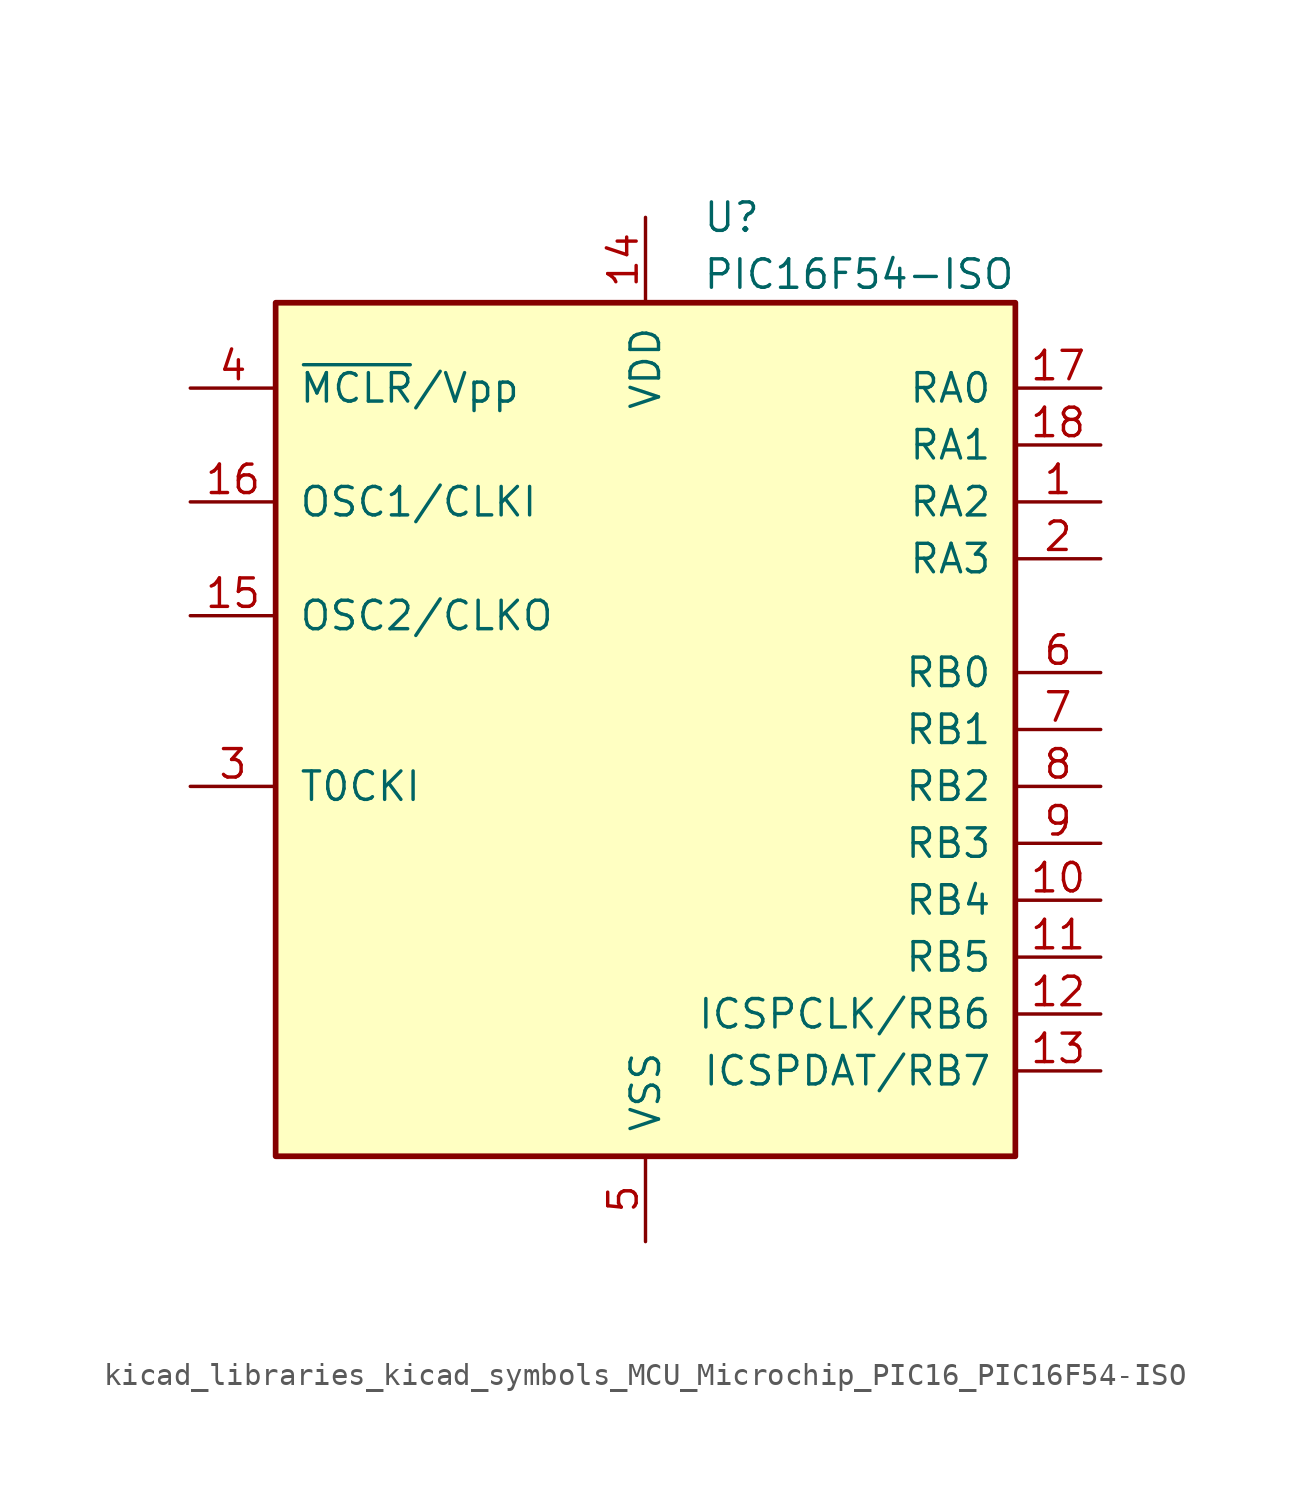
<source format=kicad_sym>
(kicad_symbol_lib
  (version 20220914)
  (generator kicad_symbol_editor)
  (symbol "kicad_libraries_kicad_symbols_MCU_Microchip_PIC16_PIC16F54-ISO"
    (pin_names
      (offset 1.016))
    (property "Reference" "U"
      (at 2.54 22.86 0)
      (effects (font (size 1.27 1.27)) (justify left)))
    (property "Value" "PIC16F54-ISO"
      (at 2.54 20.32 0)
      (effects (font (size 1.27 1.27)) (justify left)))
    (symbol "kicad_libraries_kicad_symbols_MCU_Microchip_PIC16_PIC16F54-ISO_0_1"
      (rectangle (start -16.51 19.05) (end 16.51 -19.05) (stroke (width 0.254) (type default)) (fill (type background))))
    (symbol "kicad_libraries_kicad_symbols_MCU_Microchip_PIC16_PIC16F54-ISO_1_1"
      (pin bidirectional line (at 20.32 10.16 180) (length 3.81) (name "RA2" (effects (font (size 1.27 1.27)))) (number "1" (effects (font (size 1.27 1.27)))))
      (pin bidirectional line (at 20.32 -7.62 180) (length 3.81) (name "RB4" (effects (font (size 1.27 1.27)))) (number "10" (effects (font (size 1.27 1.27)))))
      (pin bidirectional line (at 20.32 -10.16 180) (length 3.81) (name "RB5" (effects (font (size 1.27 1.27)))) (number "11" (effects (font (size 1.27 1.27)))))
      (pin bidirectional line (at 20.32 -12.7 180) (length 3.81) (name "ICSPCLK/RB6" (effects (font (size 1.27 1.27)))) (number "12" (effects (font (size 1.27 1.27)))))
      (pin bidirectional line (at 20.32 -15.24 180) (length 3.81) (name "ICSPDAT/RB7" (effects (font (size 1.27 1.27)))) (number "13" (effects (font (size 1.27 1.27)))))
      (pin power_in line (at 0 22.86 270) (length 3.81) (name "VDD" (effects (font (size 1.27 1.27)))) (number "14" (effects (font (size 1.27 1.27)))))
      (pin output line (at -20.32 5.08 0) (length 3.81) (name "OSC2/CLKO" (effects (font (size 1.27 1.27)))) (number "15" (effects (font (size 1.27 1.27)))))
      (pin input line (at -20.32 10.16 0) (length 3.81) (name "OSC1/CLKI" (effects (font (size 1.27 1.27)))) (number "16" (effects (font (size 1.27 1.27)))))
      (pin bidirectional line (at 20.32 15.24 180) (length 3.81) (name "RA0" (effects (font (size 1.27 1.27)))) (number "17" (effects (font (size 1.27 1.27)))))
      (pin bidirectional line (at 20.32 12.7 180) (length 3.81) (name "RA1" (effects (font (size 1.27 1.27)))) (number "18" (effects (font (size 1.27 1.27)))))
      (pin bidirectional line (at 20.32 7.62 180) (length 3.81) (name "RA3" (effects (font (size 1.27 1.27)))) (number "2" (effects (font (size 1.27 1.27)))))
      (pin input line (at -20.32 -2.54 0) (length 3.81) (name "T0CKI" (effects (font (size 1.27 1.27)))) (number "3" (effects (font (size 1.27 1.27)))))
      (pin input line (at -20.32 15.24 0) (length 3.81) (name "~{MCLR}/Vpp" (effects (font (size 1.27 1.27)))) (number "4" (effects (font (size 1.27 1.27)))))
      (pin power_in line (at 0 -22.86 90) (length 3.81) (name "VSS" (effects (font (size 1.27 1.27)))) (number "5" (effects (font (size 1.27 1.27)))))
      (pin bidirectional line (at 20.32 2.54 180) (length 3.81) (name "RB0" (effects (font (size 1.27 1.27)))) (number "6" (effects (font (size 1.27 1.27)))))
      (pin bidirectional line (at 20.32 0 180) (length 3.81) (name "RB1" (effects (font (size 1.27 1.27)))) (number "7" (effects (font (size 1.27 1.27)))))
      (pin bidirectional line (at 20.32 -2.54 180) (length 3.81) (name "RB2" (effects (font (size 1.27 1.27)))) (number "8" (effects (font (size 1.27 1.27)))))
      (pin bidirectional line (at 20.32 -5.08 180) (length 3.81) (name "RB3" (effects (font (size 1.27 1.27)))) (number "9" (effects (font (size 1.27 1.27))))))))
</source>
